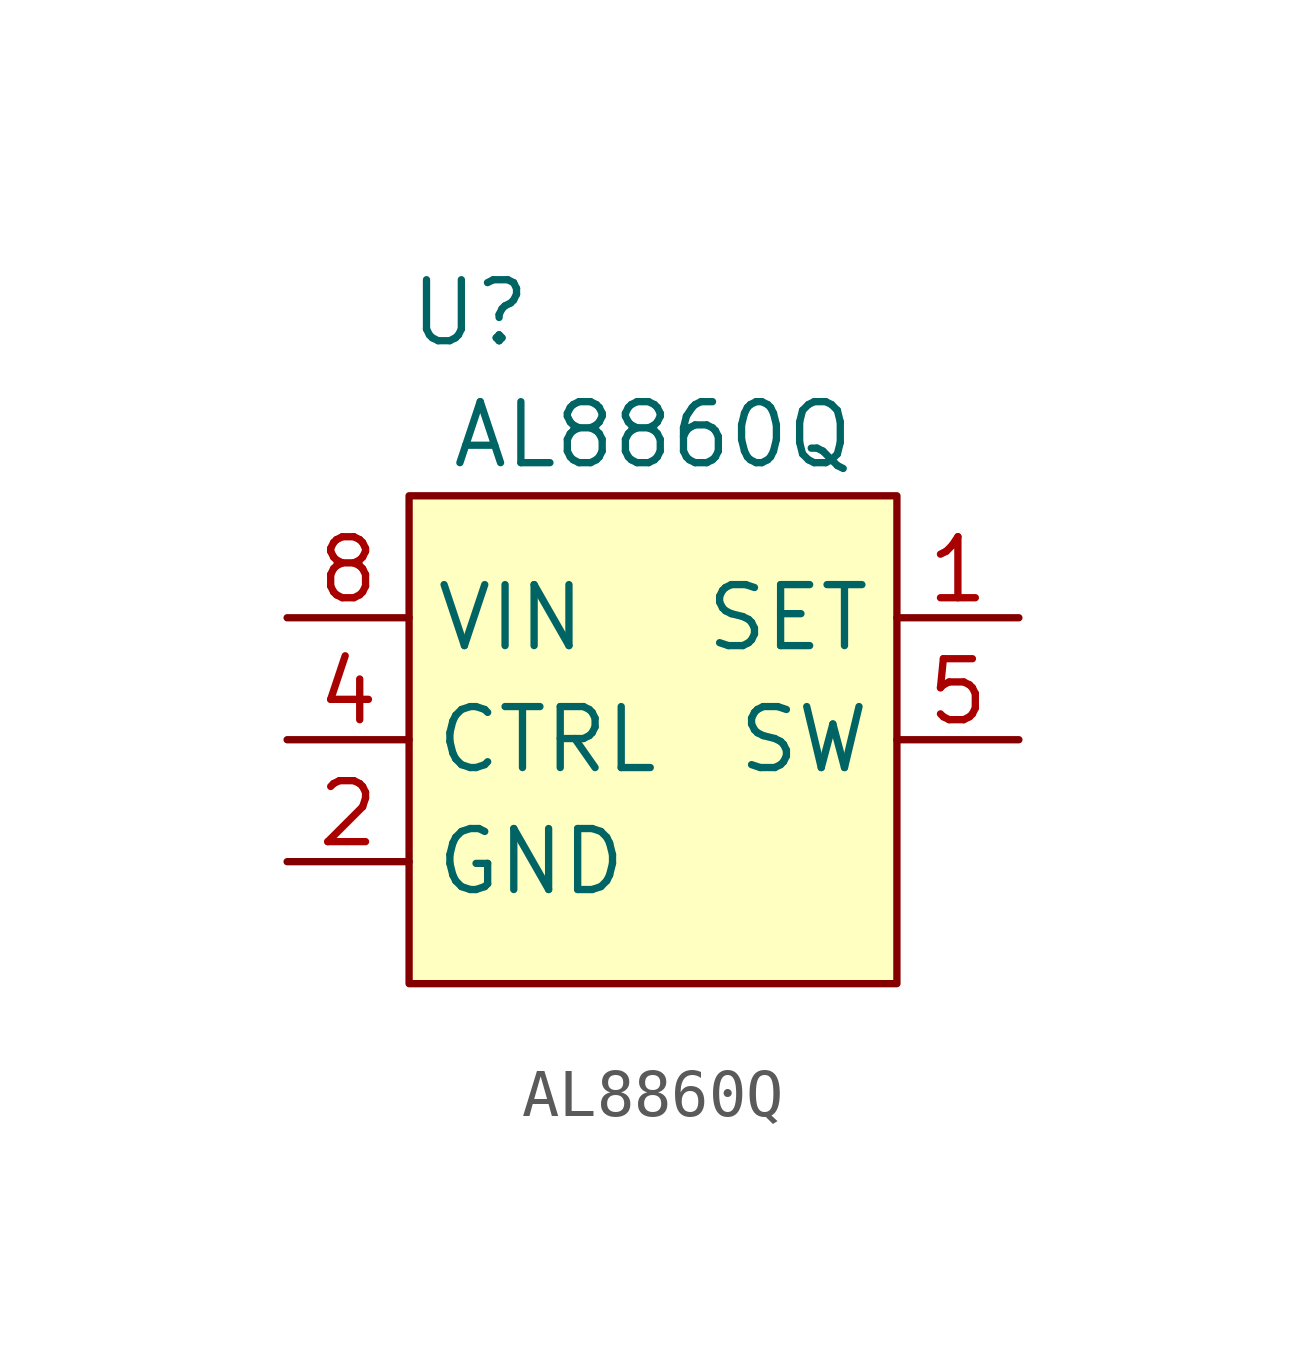
<source format=kicad_sym>
(kicad_symbol_lib
  (version 20220914)
  (generator kicad_symbol_editor)
  (symbol "AL8860Q"
    (property "Reference" "U"
      (at -3.81 8.89 0)
      (effects (font (size 1.27 1.27))))
    (property "Value" "AL8860Q"
      (at 0 6.35 0)
      (effects (font (size 1.27 1.27))))
    (symbol "AL8860Q_1_1"
      (rectangle (start -5.08 5.08) (end 5.08 -5.08) (stroke (width 0) (type default)) (fill (type background)))
      (pin input line (at 7.62 2.54 180) (length 2.54) (name "SET" (effects (font (size 1.27 1.27)))) (number "1" (effects (font (size 1.27 1.27)))))
      (pin power_in line (at -7.62 -2.54 0) (length 2.54) (name "GND" (effects (font (size 1.27 1.27)))) (number "2" (effects (font (size 1.27 1.27)))))
      (pin passive line (at -7.62 -2.54 0) (length 2.54) hide (name "GND" (effects (font (size 1.27 1.27)))) (number "3" (effects (font (size 1.27 1.27)))))
      (pin input line (at -7.62 0 0) (length 2.54) (name "CTRL" (effects (font (size 1.27 1.27)))) (number "4" (effects (font (size 1.27 1.27)))))
      (pin output line (at 7.62 0 180) (length 2.54) (name "SW" (effects (font (size 1.27 1.27)))) (number "5" (effects (font (size 1.27 1.27)))))
      (pin passive line (at 7.62 0 180) (length 2.54) hide (name "SW" (effects (font (size 1.27 1.27)))) (number "6" (effects (font (size 1.27 1.27)))))
      (pin no_connect line (at 5.08 -3.81 180) (length 2.54) hide (name "N/C" (effects (font (size 1.27 1.27)))) (number "7" (effects (font (size 1.27 1.27)))))
      (pin input line (at -7.62 2.54 0) (length 2.54) (name "VIN" (effects (font (size 1.27 1.27)))) (number "8" (effects (font (size 1.27 1.27))))))))
</source>
